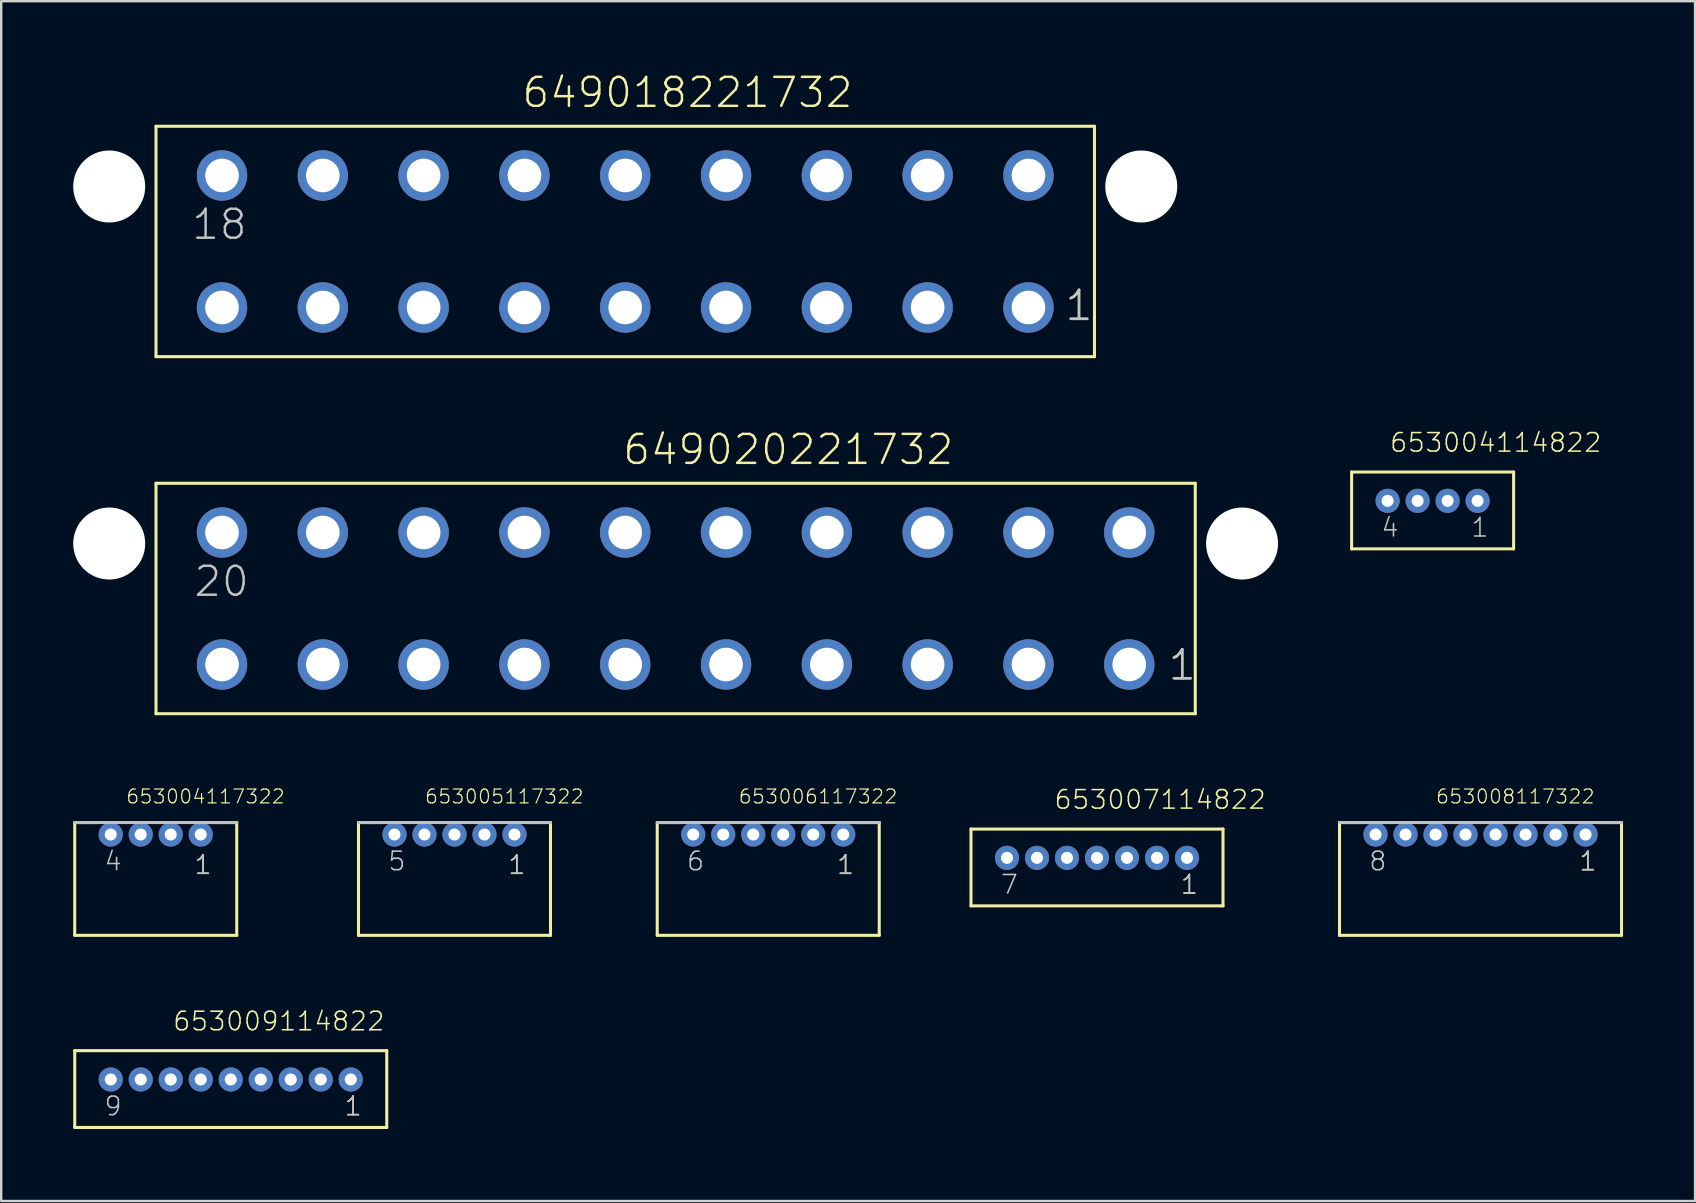
<source format=kicad_pcb>
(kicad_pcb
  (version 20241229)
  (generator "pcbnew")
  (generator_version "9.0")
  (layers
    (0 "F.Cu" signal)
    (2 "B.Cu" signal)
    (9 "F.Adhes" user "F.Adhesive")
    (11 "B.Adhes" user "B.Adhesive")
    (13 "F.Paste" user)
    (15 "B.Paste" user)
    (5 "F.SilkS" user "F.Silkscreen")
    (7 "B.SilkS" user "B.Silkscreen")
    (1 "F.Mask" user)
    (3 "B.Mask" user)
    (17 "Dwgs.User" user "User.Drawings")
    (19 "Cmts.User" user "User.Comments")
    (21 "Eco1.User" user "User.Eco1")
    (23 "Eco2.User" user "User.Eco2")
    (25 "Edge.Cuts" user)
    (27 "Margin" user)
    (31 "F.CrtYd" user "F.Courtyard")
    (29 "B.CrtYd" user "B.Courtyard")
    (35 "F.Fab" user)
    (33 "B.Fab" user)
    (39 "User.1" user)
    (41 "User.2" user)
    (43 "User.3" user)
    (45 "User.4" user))
  (footprint "649020221732"
    (layer "F.Cu")
    (at 25.1 21.886)
    (property "Reference" "649020221732" (at -2.265 -5.5 0) (layer "F.SilkS") (effects (font (size 1.206 1.206) (thickness 0.102)) (justify left bottom)))
    (attr through_hole)
    (fp_line (start -21.65 -4.8) (end 21.65 -4.8) (stroke (width 0.127) (type solid)) (layer "F.SilkS"))
    (fp_line (start -21.65 4.8) (end -21.65 -4.8) (stroke (width 0.127) (type solid)) (layer "F.SilkS"))
    (fp_line (start 21.65 -4.8) (end 21.65 4.8) (stroke (width 0.127) (type solid)) (layer "F.SilkS"))
    (fp_line (start 21.65 4.8) (end -21.65 4.8) (stroke (width 0.127) (type solid)) (layer "F.SilkS"))
    (fp_text user "1" (at 20.465 3.475 0) (layer "F.SilkS") (effects (font (size 1.206 1.206) (thickness 0.102)) (justify left bottom)))
    (fp_text user "1" (at 20.465 3.475 0) (layer "Dwgs.User") (effects (font (size 1.206 1.206) (thickness 0.102)) (justify left bottom)))
    (fp_text user "20" (at -20.135 -0.005 0) (layer "Dwgs.User") (effects (font (size 1.206 1.206) (thickness 0.102)) (justify left bottom)))
    (pad "" np_thru_hole circle (at -23.6 -2.29) (size 3 3) (drill 3) (layers "*.Cu"))
    (pad "" np_thru_hole circle (at 23.6 -2.29) (size 3 3) (drill 3) (layers "*.Cu"))
    (pad "1" thru_hole circle (at 18.9 2.75) (size 2.1 2.1) (drill 1.4) (layers "*.Cu" "*.Mask"))
    (pad "2" thru_hole circle (at 14.7 2.75) (size 2.1 2.1) (drill 1.4) (layers "*.Cu" "*.Mask"))
    (pad "3" thru_hole circle (at 10.5 2.75) (size 2.1 2.1) (drill 1.4) (layers "*.Cu" "*.Mask"))
    (pad "4" thru_hole circle (at 6.3 2.75) (size 2.1 2.1) (drill 1.4) (layers "*.Cu" "*.Mask"))
    (pad "5" thru_hole circle (at 2.1 2.75) (size 2.1 2.1) (drill 1.4) (layers "*.Cu" "*.Mask"))
    (pad "6" thru_hole circle (at -2.1 2.75) (size 2.1 2.1) (drill 1.4) (layers "*.Cu" "*.Mask"))
    (pad "7" thru_hole circle (at -6.3 2.75) (size 2.1 2.1) (drill 1.4) (layers "*.Cu" "*.Mask"))
    (pad "8" thru_hole circle (at -10.5 2.75) (size 2.1 2.1) (drill 1.4) (layers "*.Cu" "*.Mask"))
    (pad "9" thru_hole circle (at -14.7 2.75) (size 2.1 2.1) (drill 1.4) (layers "*.Cu" "*.Mask"))
    (pad "10" thru_hole circle (at -18.9 2.75) (size 2.1 2.1) (drill 1.4) (layers "*.Cu" "*.Mask"))
    (pad "11" thru_hole circle (at 18.9 -2.75) (size 2.1 2.1) (drill 1.4) (layers "*.Cu" "*.Mask"))
    (pad "12" thru_hole circle (at 14.7 -2.75) (size 2.1 2.1) (drill 1.4) (layers "*.Cu" "*.Mask"))
    (pad "13" thru_hole circle (at 10.5 -2.75) (size 2.1 2.1) (drill 1.4) (layers "*.Cu" "*.Mask"))
    (pad "14" thru_hole circle (at 6.3 -2.75) (size 2.1 2.1) (drill 1.4) (layers "*.Cu" "*.Mask"))
    (pad "15" thru_hole circle (at 2.1 -2.75) (size 2.1 2.1) (drill 1.4) (layers "*.Cu" "*.Mask"))
    (pad "16" thru_hole circle (at -2.1 -2.75) (size 2.1 2.1) (drill 1.4) (layers "*.Cu" "*.Mask"))
    (pad "17" thru_hole circle (at -6.3 -2.75) (size 2.1 2.1) (drill 1.4) (layers "*.Cu" "*.Mask"))
    (pad "18" thru_hole circle (at -10.5 -2.75) (size 2.1 2.1) (drill 1.4) (layers "*.Cu" "*.Mask"))
    (pad "19" thru_hole circle (at -14.7 -2.75) (size 2.1 2.1) (drill 1.4) (layers "*.Cu" "*.Mask"))
    (pad "20" thru_hole circle (at -18.9 -2.75) (size 2.1 2.1) (drill 1.4) (layers "*.Cu" "*.Mask")))
  (footprint "653004117322"
    (layer "F.Cu")
    (at 3.438 31.72)
    (property "Reference" "653004117322" (at -1.265 -1.245 0) (layer "F.SilkS") (effects (font (size 0.579 0.579) (thickness 0.049)) (justify left bottom)))
    (attr through_hole)
    (fp_line (start -3.375 4.2) (end -3.375 -0.5) (stroke (width 0.127) (type solid)) (layer "F.SilkS"))
    (fp_line (start -2.37 -0.5) (end -3.375 -0.5) (stroke (width 0.127) (type solid)) (layer "F.SilkS"))
    (fp_line (start 2.37 -0.5) (end 3.375 -0.5) (stroke (width 0.127) (type solid)) (layer "F.SilkS"))
    (fp_line (start 3.375 -0.5) (end 3.375 4.2) (stroke (width 0.127) (type solid)) (layer "F.SilkS"))
    (fp_line (start 3.375 4.2) (end -3.375 4.2) (stroke (width 0.127) (type solid)) (layer "F.SilkS"))
    (fp_line (start -3.375 -0.5) (end 3.375 -0.5) (stroke (width 0.127) (type solid)) (layer "Dwgs.User"))
    (fp_text user "1" (at 1.562 1.712 0) (layer "F.SilkS") (effects (font (size 0.772 0.772) (thickness 0.065)) (justify left bottom)))
    (fp_text user "4" (at -2.188 1.562 0) (layer "Dwgs.User") (effects (font (size 0.772 0.772) (thickness 0.065)) (justify left bottom)))
    (fp_text user "1" (at 1.562 1.712 0) (layer "Dwgs.User") (effects (font (size 0.772 0.772) (thickness 0.065)) (justify left bottom)))
    (pad "1" thru_hole circle (at 1.875 0) (size 1.008 1.008) (drill 0.5) (layers "*.Cu" "*.Mask"))
    (pad "2" thru_hole circle (at 0.625 0) (size 1.008 1.008) (drill 0.5) (layers "*.Cu" "*.Mask"))
    (pad "3" thru_hole circle (at -0.625 0) (size 1.008 1.008) (drill 0.5) (layers "*.Cu" "*.Mask"))
    (pad "4" thru_hole circle (at -1.875 0) (size 1.008 1.008) (drill 0.5) (layers "*.Cu" "*.Mask")))
  (footprint "653009114822"
    (layer "F.Cu")
    (at 6.564 41.926)
    (property "Reference" "653009114822" (at -2.45 -1.975 0) (layer "F.SilkS") (effects (font (size 0.772 0.772) (thickness 0.065)) (justify left bottom)))
    (attr through_hole)
    (fp_line (start -6.5 -1.2) (end 6.5 -1.2) (stroke (width 0.127) (type solid)) (layer "F.SilkS"))
    (fp_line (start -6.5 2) (end -6.5 -1.2) (stroke (width 0.127) (type solid)) (layer "F.SilkS"))
    (fp_line (start 6.5 -1.2) (end 6.5 2) (stroke (width 0.127) (type solid)) (layer "F.SilkS"))
    (fp_line (start 6.5 2) (end -6.5 2) (stroke (width 0.127) (type solid)) (layer "F.SilkS"))
    (fp_text user "1" (at 4.688 1.562 0) (layer "F.SilkS") (effects (font (size 0.772 0.772) (thickness 0.065)) (justify left bottom)))
    (fp_text user "1" (at 4.688 1.562 0) (layer "Dwgs.User") (effects (font (size 0.772 0.772) (thickness 0.065)) (justify left bottom)))
    (fp_text user "9" (at -5.312 1.562 0) (layer "Dwgs.User") (effects (font (size 0.772 0.772) (thickness 0.065)) (justify left bottom)))
    (pad "1" thru_hole circle (at 5 0) (size 1.008 1.008) (drill 0.5) (layers "*.Cu" "*.Mask"))
    (pad "2" thru_hole circle (at 3.75 0) (size 1.008 1.008) (drill 0.5) (layers "*.Cu" "*.Mask"))
    (pad "3" thru_hole circle (at 2.5 0) (size 1.008 1.008) (drill 0.5) (layers "*.Cu" "*.Mask"))
    (pad "4" thru_hole circle (at 1.25 0) (size 1.008 1.008) (drill 0.5) (layers "*.Cu" "*.Mask"))
    (pad "5" thru_hole circle (at 0 0) (size 1.008 1.008) (drill 0.5) (layers "*.Cu" "*.Mask"))
    (pad "6" thru_hole circle (at -1.25 0) (size 1.008 1.008) (drill 0.5) (layers "*.Cu" "*.Mask"))
    (pad "7" thru_hole circle (at -2.5 0) (size 1.008 1.008) (drill 0.5) (layers "*.Cu" "*.Mask"))
    (pad "8" thru_hole circle (at -3.75 0) (size 1.008 1.008) (drill 0.5) (layers "*.Cu" "*.Mask"))
    (pad "9" thru_hole circle (at -5 0) (size 1.008 1.008) (drill 0.5) (layers "*.Cu" "*.Mask")))
  (footprint "653006117322"
    (layer "F.Cu")
    (at 28.958 31.72)
    (property "Reference" "653006117322" (at -1.265 -1.245 0) (layer "F.SilkS") (effects (font (size 0.579 0.579) (thickness 0.049)) (justify left bottom)))
    (attr through_hole)
    (fp_line (start -4.625 4.2) (end -4.625 -0.5) (stroke (width 0.127) (type solid)) (layer "F.SilkS"))
    (fp_line (start -3.62 -0.5) (end -4.625 -0.5) (stroke (width 0.127) (type solid)) (layer "F.SilkS"))
    (fp_line (start 3.62 -0.5) (end 4.625 -0.5) (stroke (width 0.127) (type solid)) (layer "F.SilkS"))
    (fp_line (start 4.625 -0.5) (end 4.625 4.2) (stroke (width 0.127) (type solid)) (layer "F.SilkS"))
    (fp_line (start 4.625 4.2) (end -4.625 4.2) (stroke (width 0.127) (type solid)) (layer "F.SilkS"))
    (fp_line (start -4.625 -0.5) (end 4.625 -0.5) (stroke (width 0.127) (type solid)) (layer "Dwgs.User"))
    (fp_text user "1" (at 2.812 1.712 0) (layer "F.SilkS") (effects (font (size 0.772 0.772) (thickness 0.065)) (justify left bottom)))
    (fp_text user "1" (at 2.812 1.712 0) (layer "Dwgs.User") (effects (font (size 0.772 0.772) (thickness 0.065)) (justify left bottom)))
    (fp_text user "6" (at -3.438 1.562 0) (layer "Dwgs.User") (effects (font (size 0.772 0.772) (thickness 0.065)) (justify left bottom)))
    (pad "1" thru_hole circle (at 3.125 0) (size 1.008 1.008) (drill 0.5) (layers "*.Cu" "*.Mask"))
    (pad "2" thru_hole circle (at 1.875 0) (size 1.008 1.008) (drill 0.5) (layers "*.Cu" "*.Mask"))
    (pad "3" thru_hole circle (at 0.625 0) (size 1.008 1.008) (drill 0.5) (layers "*.Cu" "*.Mask"))
    (pad "4" thru_hole circle (at -0.625 0) (size 1.008 1.008) (drill 0.5) (layers "*.Cu" "*.Mask"))
    (pad "5" thru_hole circle (at -1.875 0) (size 1.008 1.008) (drill 0.5) (layers "*.Cu" "*.Mask"))
    (pad "6" thru_hole circle (at -3.125 0) (size 1.008 1.008) (drill 0.5) (layers "*.Cu" "*.Mask")))
  (footprint "653005117322"
    (layer "F.Cu")
    (at 15.886 31.72)
    (property "Reference" "653005117322" (at -1.265 -1.245 0) (layer "F.SilkS") (effects (font (size 0.579 0.579) (thickness 0.049)) (justify left bottom)))
    (attr through_hole)
    (fp_line (start -4 4.2) (end -4 -0.5) (stroke (width 0.127) (type solid)) (layer "F.SilkS"))
    (fp_line (start -2.995 -0.5) (end -4 -0.5) (stroke (width 0.127) (type solid)) (layer "F.SilkS"))
    (fp_line (start 2.995 -0.5) (end 4 -0.5) (stroke (width 0.127) (type solid)) (layer "F.SilkS"))
    (fp_line (start 4 -0.5) (end 4 4.2) (stroke (width 0.127) (type solid)) (layer "F.SilkS"))
    (fp_line (start 4 4.2) (end -4 4.2) (stroke (width 0.127) (type solid)) (layer "F.SilkS"))
    (fp_line (start -4 -0.5) (end 4 -0.5) (stroke (width 0.127) (type solid)) (layer "Dwgs.User"))
    (fp_text user "1" (at 2.188 1.712 0) (layer "F.SilkS") (effects (font (size 0.772 0.772) (thickness 0.065)) (justify left bottom)))
    (fp_text user "1" (at 2.188 1.712 0) (layer "Dwgs.User") (effects (font (size 0.772 0.772) (thickness 0.065)) (justify left bottom)))
    (fp_text user "5" (at -2.812 1.562 0) (layer "Dwgs.User") (effects (font (size 0.772 0.772) (thickness 0.065)) (justify left bottom)))
    (pad "1" thru_hole circle (at 2.5 0) (size 1.008 1.008) (drill 0.5) (layers "*.Cu" "*.Mask"))
    (pad "2" thru_hole circle (at 1.25 0) (size 1.008 1.008) (drill 0.5) (layers "*.Cu" "*.Mask"))
    (pad "3" thru_hole circle (at 0 0) (size 1.008 1.008) (drill 0.5) (layers "*.Cu" "*.Mask"))
    (pad "4" thru_hole circle (at -1.25 0) (size 1.008 1.008) (drill 0.5) (layers "*.Cu" "*.Mask"))
    (pad "5" thru_hole circle (at -2.5 0) (size 1.008 1.008) (drill 0.5) (layers "*.Cu" "*.Mask")))
  (footprint "653008117322"
    (layer "F.Cu")
    (at 58.635 31.72)
    (property "Reference" "653008117322" (at -1.89 -1.245 0) (layer "F.SilkS") (effects (font (size 0.579 0.579) (thickness 0.049)) (justify left bottom)))
    (attr through_hole)
    (fp_line (start -5.875 4.2) (end -5.875 -0.5) (stroke (width 0.127) (type solid)) (layer "F.SilkS"))
    (fp_line (start -4.87 -0.5) (end -5.875 -0.5) (stroke (width 0.127) (type solid)) (layer "F.SilkS"))
    (fp_line (start 4.87 -0.5) (end 5.875 -0.5) (stroke (width 0.127) (type solid)) (layer "F.SilkS"))
    (fp_line (start 5.875 -0.5) (end 5.875 4.2) (stroke (width 0.127) (type solid)) (layer "F.SilkS"))
    (fp_line (start 5.875 4.2) (end -5.875 4.2) (stroke (width 0.127) (type solid)) (layer "F.SilkS"))
    (fp_line (start -5.875 -0.5) (end 5.875 -0.5) (stroke (width 0.127) (type solid)) (layer "Dwgs.User"))
    (fp_text user "1" (at 4.062 1.562 0) (layer "F.SilkS") (effects (font (size 0.772 0.772) (thickness 0.065)) (justify left bottom)))
    (fp_text user "1" (at 4.062 1.562 0) (layer "Dwgs.User") (effects (font (size 0.772 0.772) (thickness 0.065)) (justify left bottom)))
    (fp_text user "8" (at -4.688 1.562 0) (layer "Dwgs.User") (effects (font (size 0.772 0.772) (thickness 0.065)) (justify left bottom)))
    (pad "1" thru_hole circle (at 4.375 0) (size 1.008 1.008) (drill 0.5) (layers "*.Cu" "*.Mask"))
    (pad "2" thru_hole circle (at 3.125 0) (size 1.008 1.008) (drill 0.5) (layers "*.Cu" "*.Mask"))
    (pad "3" thru_hole circle (at 1.875 0) (size 1.008 1.008) (drill 0.5) (layers "*.Cu" "*.Mask"))
    (pad "4" thru_hole circle (at 0.625 0) (size 1.008 1.008) (drill 0.5) (layers "*.Cu" "*.Mask"))
    (pad "5" thru_hole circle (at -0.625 0) (size 1.008 1.008) (drill 0.5) (layers "*.Cu" "*.Mask"))
    (pad "6" thru_hole circle (at -1.875 0) (size 1.008 1.008) (drill 0.5) (layers "*.Cu" "*.Mask"))
    (pad "7" thru_hole circle (at -3.125 0) (size 1.008 1.008) (drill 0.5) (layers "*.Cu" "*.Mask"))
    (pad "8" thru_hole circle (at -4.375 0) (size 1.008 1.008) (drill 0.5) (layers "*.Cu" "*.Mask")))
  (footprint "653004114822"
    (layer "F.Cu")
    (at 56.639 17.817)
    (property "Reference" "653004114822" (at -1.825 -1.975 0) (layer "F.SilkS") (effects (font (size 0.772 0.772) (thickness 0.065)) (justify left bottom)))
    (attr through_hole)
    (fp_line (start -3.375 -1.2) (end 3.375 -1.2) (stroke (width 0.127) (type solid)) (layer "F.SilkS"))
    (fp_line (start -3.375 2) (end -3.375 -1.2) (stroke (width 0.127) (type solid)) (layer "F.SilkS"))
    (fp_line (start 3.375 -1.2) (end 3.375 2) (stroke (width 0.127) (type solid)) (layer "F.SilkS"))
    (fp_line (start 3.375 2) (end -3.375 2) (stroke (width 0.127) (type solid)) (layer "F.SilkS"))
    (fp_text user "1" (at 1.562 1.562 0) (layer "Dwgs.User") (effects (font (size 0.772 0.772) (thickness 0.065)) (justify left bottom)))
    (fp_text user "4" (at -2.188 1.562 0) (layer "Dwgs.User") (effects (font (size 0.772 0.772) (thickness 0.065)) (justify left bottom)))
    (pad "1" thru_hole circle (at 1.875 0) (size 1.008 1.008) (drill 0.5) (layers "*.Cu" "*.Mask"))
    (pad "2" thru_hole circle (at 0.625 0) (size 1.008 1.008) (drill 0.5) (layers "*.Cu" "*.Mask"))
    (pad "3" thru_hole circle (at -0.625 0) (size 1.008 1.008) (drill 0.5) (layers "*.Cu" "*.Mask"))
    (pad "4" thru_hole circle (at -1.875 0) (size 1.008 1.008) (drill 0.5) (layers "*.Cu" "*.Mask")))
  (footprint "653007114822"
    (layer "F.Cu")
    (at 42.656 32.692)
    (property "Reference" "653007114822" (at -1.825 -1.975 0) (layer "F.SilkS") (effects (font (size 0.772 0.772) (thickness 0.065)) (justify left bottom)))
    (attr through_hole)
    (fp_line (start -5.25 -1.2) (end 5.25 -1.2) (stroke (width 0.127) (type solid)) (layer "F.SilkS"))
    (fp_line (start -5.25 2) (end -5.25 -1.2) (stroke (width 0.127) (type solid)) (layer "F.SilkS"))
    (fp_line (start 5.25 -1.2) (end 5.25 2) (stroke (width 0.127) (type solid)) (layer "F.SilkS"))
    (fp_line (start 5.25 2) (end -5.25 2) (stroke (width 0.127) (type solid)) (layer "F.SilkS"))
    (fp_text user "1" (at 3.438 1.562 0) (layer "F.SilkS") (effects (font (size 0.772 0.772) (thickness 0.065)) (justify left bottom)))
    (fp_text user "7" (at -4.062 1.562 0) (layer "Dwgs.User") (effects (font (size 0.772 0.772) (thickness 0.065)) (justify left bottom)))
    (fp_text user "1" (at 3.438 1.562 0) (layer "Dwgs.User") (effects (font (size 0.772 0.772) (thickness 0.065)) (justify left bottom)))
    (pad "1" thru_hole circle (at 3.75 0) (size 1.008 1.008) (drill 0.5) (layers "*.Cu" "*.Mask"))
    (pad "2" thru_hole circle (at 2.5 0) (size 1.008 1.008) (drill 0.5) (layers "*.Cu" "*.Mask"))
    (pad "3" thru_hole circle (at 1.25 0) (size 1.008 1.008) (drill 0.5) (layers "*.Cu" "*.Mask"))
    (pad "4" thru_hole circle (at 0 0) (size 1.008 1.008) (drill 0.5) (layers "*.Cu" "*.Mask"))
    (pad "5" thru_hole circle (at -1.25 0) (size 1.008 1.008) (drill 0.5) (layers "*.Cu" "*.Mask"))
    (pad "6" thru_hole circle (at -2.5 0) (size 1.008 1.008) (drill 0.5) (layers "*.Cu" "*.Mask"))
    (pad "7" thru_hole circle (at -3.75 0) (size 1.008 1.008) (drill 0.5) (layers "*.Cu" "*.Mask")))
  (footprint "649018221732"
    (layer "F.Cu")
    (at 23 7.011)
    (property "Reference" "649018221732" (at -4.365 -5.5 0) (layer "F.SilkS") (effects (font (size 1.206 1.206) (thickness 0.102)) (justify left bottom)))
    (attr through_hole)
    (fp_line (start -19.55 -4.8) (end 19.55 -4.8) (stroke (width 0.127) (type solid)) (layer "F.SilkS"))
    (fp_line (start -19.55 4.8) (end -19.55 -4.8) (stroke (width 0.127) (type solid)) (layer "F.SilkS"))
    (fp_line (start 19.55 -4.8) (end 19.55 4.8) (stroke (width 0.127) (type solid)) (layer "F.SilkS"))
    (fp_line (start 19.55 4.8) (end -19.55 4.8) (stroke (width 0.127) (type solid)) (layer "F.SilkS"))
    (fp_text user "1" (at 18.265 3.375 0) (layer "F.SilkS") (effects (font (size 1.206 1.206) (thickness 0.102)) (justify left bottom)))
    (fp_text user "1" (at 18.265 3.375 0) (layer "Dwgs.User") (effects (font (size 1.206 1.206) (thickness 0.102)) (justify left bottom)))
    (fp_text user "18" (at -18.125 -0.005 0) (layer "Dwgs.User") (effects (font (size 1.206 1.206) (thickness 0.102)) (justify left bottom)))
    (pad "" np_thru_hole circle (at -21.5 -2.29) (size 3 3) (drill 3) (layers "*.Cu"))
    (pad "" np_thru_hole circle (at 21.5 -2.29) (size 3 3) (drill 3) (layers "*.Cu"))
    (pad "1" thru_hole circle (at 16.8 2.75) (size 2.1 2.1) (drill 1.4) (layers "*.Cu" "*.Mask"))
    (pad "2" thru_hole circle (at 12.6 2.75) (size 2.1 2.1) (drill 1.4) (layers "*.Cu" "*.Mask"))
    (pad "3" thru_hole circle (at 8.4 2.75) (size 2.1 2.1) (drill 1.4) (layers "*.Cu" "*.Mask"))
    (pad "4" thru_hole circle (at 4.2 2.75) (size 2.1 2.1) (drill 1.4) (layers "*.Cu" "*.Mask"))
    (pad "5" thru_hole circle (at 0 2.75) (size 2.1 2.1) (drill 1.4) (layers "*.Cu" "*.Mask"))
    (pad "6" thru_hole circle (at -4.2 2.75) (size 2.1 2.1) (drill 1.4) (layers "*.Cu" "*.Mask"))
    (pad "7" thru_hole circle (at -8.4 2.75) (size 2.1 2.1) (drill 1.4) (layers "*.Cu" "*.Mask"))
    (pad "8" thru_hole circle (at -12.6 2.75) (size 2.1 2.1) (drill 1.4) (layers "*.Cu" "*.Mask"))
    (pad "9" thru_hole circle (at -16.8 2.75) (size 2.1 2.1) (drill 1.4) (layers "*.Cu" "*.Mask"))
    (pad "10" thru_hole circle (at 16.8 -2.75) (size 2.1 2.1) (drill 1.4) (layers "*.Cu" "*.Mask"))
    (pad "11" thru_hole circle (at 12.6 -2.75) (size 2.1 2.1) (drill 1.4) (layers "*.Cu" "*.Mask"))
    (pad "12" thru_hole circle (at 8.4 -2.75) (size 2.1 2.1) (drill 1.4) (layers "*.Cu" "*.Mask"))
    (pad "13" thru_hole circle (at 4.2 -2.75) (size 2.1 2.1) (drill 1.4) (layers "*.Cu" "*.Mask"))
    (pad "14" thru_hole circle (at 0 -2.75) (size 2.1 2.1) (drill 1.4) (layers "*.Cu" "*.Mask"))
    (pad "15" thru_hole circle (at -4.2 -2.75) (size 2.1 2.1) (drill 1.4) (layers "*.Cu" "*.Mask"))
    (pad "16" thru_hole circle (at -8.4 -2.75) (size 2.1 2.1) (drill 1.4) (layers "*.Cu" "*.Mask"))
    (pad "17" thru_hole circle (at -12.6 -2.75) (size 2.1 2.1) (drill 1.4) (layers "*.Cu" "*.Mask"))
    (pad "18" thru_hole circle (at -16.8 -2.75) (size 2.1 2.1) (drill 1.4) (layers "*.Cu" "*.Mask")))
  (gr_rect
    (start -3 -3)
    (end 67.573 46.989)
    (stroke (width 0.1) (type default))
    (fill no)
    (layer "Edge.Cuts")))
</source>
